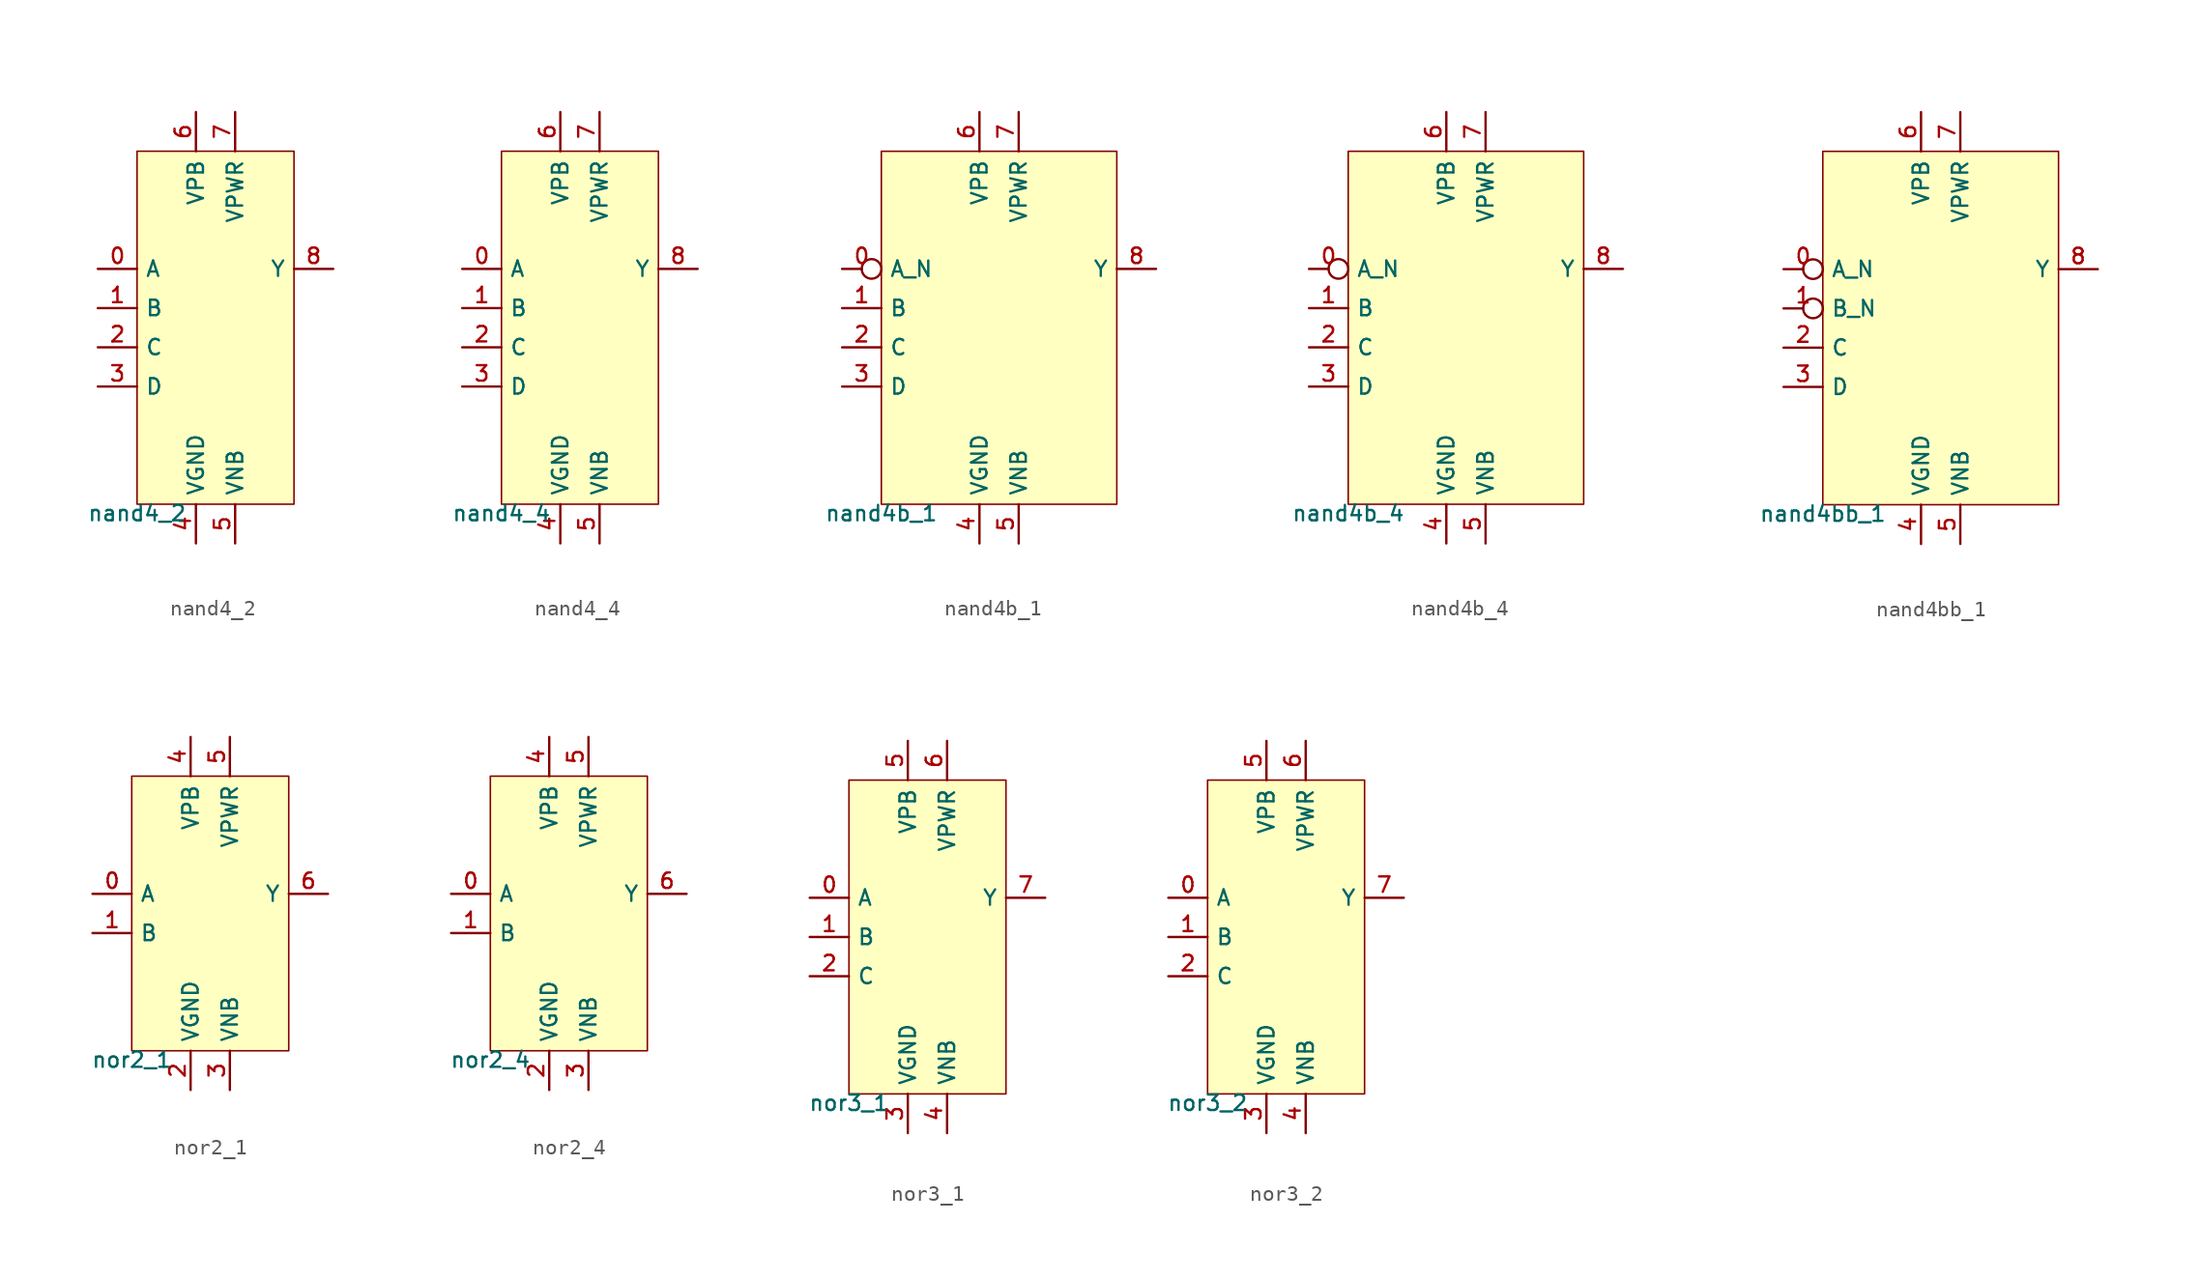
<source format=kicad_sym>
(kicad_symbol_lib
  (version 20211014)
  (generator lef2kicad_sym)
  (symbol "nand4_2"
    (property "Reference" "CELL"
      (at 0 0 0)
      (effects (font (size 1 1)) hide))
    (property "Value" "nand4_2"
      (at -5.08 -11.43 0)
      (effects (font (size 1 1)) (justify top)))
    (rectangle
      (start -5.08 -11.43)
      (end 5.08 11.43)
      (stroke (width 0.1) (type solid) (color 0 0 0 0))
      (fill (type background)))
    (pin input line
      (at -7.62 3.81 0)
      (length 2.54)
      (name "A" (effects (font (size 1 1)) hide))
      (number "0" (effects (font (size 1 1)) hide)))
    (pin input line
      (at -7.62 1.27 0)
      (length 2.54)
      (name "B" (effects (font (size 1 1)) hide))
      (number "1" (effects (font (size 1 1)) hide)))
    (pin input line
      (at -7.62 -1.27 0)
      (length 2.54)
      (name "C" (effects (font (size 1 1)) hide))
      (number "2" (effects (font (size 1 1)) hide)))
    (pin input line
      (at -7.62 -3.81 0)
      (length 2.54)
      (name "D" (effects (font (size 1 1)) hide))
      (number "3" (effects (font (size 1 1)) hide)))
    (pin power_in line
      (at -1.27 -13.97 90)
      (length 2.54)
      (name "VGND" (effects (font (size 1 1)) hide))
      (number "4" (effects (font (size 1 1)) hide)))
    (pin power_in line
      (at 1.27 -13.97 90)
      (length 2.54)
      (name "VNB" (effects (font (size 1 1)) hide))
      (number "5" (effects (font (size 1 1)) hide)))
    (pin power_in line
      (at -1.27 13.97 270)
      (length 2.54)
      (name "VPB" (effects (font (size 1 1)) hide))
      (number "6" (effects (font (size 1 1)) hide)))
    (pin power_in line
      (at 1.27 13.97 270)
      (length 2.54)
      (name "VPWR" (effects (font (size 1 1)) hide))
      (number "7" (effects (font (size 1 1)) hide)))
    (pin output line
      (at 7.62 3.81 180)
      (length 2.54)
      (name "Y" (effects (font (size 1 1)) hide))
      (number "8" (effects (font (size 1 1)) hide))))
  (symbol "nand4_4"
    (property "Reference" "CELL"
      (at 0 0 0)
      (effects (font (size 1 1)) hide))
    (property "Value" "nand4_4"
      (at -5.08 -11.43 0)
      (effects (font (size 1 1)) (justify top)))
    (rectangle
      (start -5.08 -11.43)
      (end 5.08 11.43)
      (stroke (width 0.1) (type solid) (color 0 0 0 0))
      (fill (type background)))
    (pin input line
      (at -7.62 3.81 0)
      (length 2.54)
      (name "A" (effects (font (size 1 1)) hide))
      (number "0" (effects (font (size 1 1)) hide)))
    (pin input line
      (at -7.62 1.27 0)
      (length 2.54)
      (name "B" (effects (font (size 1 1)) hide))
      (number "1" (effects (font (size 1 1)) hide)))
    (pin input line
      (at -7.62 -1.27 0)
      (length 2.54)
      (name "C" (effects (font (size 1 1)) hide))
      (number "2" (effects (font (size 1 1)) hide)))
    (pin input line
      (at -7.62 -3.81 0)
      (length 2.54)
      (name "D" (effects (font (size 1 1)) hide))
      (number "3" (effects (font (size 1 1)) hide)))
    (pin power_in line
      (at -1.27 -13.97 90)
      (length 2.54)
      (name "VGND" (effects (font (size 1 1)) hide))
      (number "4" (effects (font (size 1 1)) hide)))
    (pin power_in line
      (at 1.27 -13.97 90)
      (length 2.54)
      (name "VNB" (effects (font (size 1 1)) hide))
      (number "5" (effects (font (size 1 1)) hide)))
    (pin power_in line
      (at -1.27 13.97 270)
      (length 2.54)
      (name "VPB" (effects (font (size 1 1)) hide))
      (number "6" (effects (font (size 1 1)) hide)))
    (pin power_in line
      (at 1.27 13.97 270)
      (length 2.54)
      (name "VPWR" (effects (font (size 1 1)) hide))
      (number "7" (effects (font (size 1 1)) hide)))
    (pin output line
      (at 7.62 3.81 180)
      (length 2.54)
      (name "Y" (effects (font (size 1 1)) hide))
      (number "8" (effects (font (size 1 1)) hide))))
  (symbol "nand4b_1"
    (property "Reference" "CELL"
      (at 0 0 0)
      (effects (font (size 1 1)) hide))
    (property "Value" "nand4b_1"
      (at -7.62 -11.43 0)
      (effects (font (size 1 1)) (justify top)))
    (rectangle
      (start -7.62 -11.43)
      (end 7.62 11.43)
      (stroke (width 0.1) (type solid) (color 0 0 0 0))
      (fill (type background)))
    (pin input inverted
      (at -10.16 3.81 0)
      (length 2.54)
      (name "A_N" (effects (font (size 1 1)) hide))
      (number "0" (effects (font (size 1 1)) hide)))
    (pin input line
      (at -10.16 1.27 0)
      (length 2.54)
      (name "B" (effects (font (size 1 1)) hide))
      (number "1" (effects (font (size 1 1)) hide)))
    (pin input line
      (at -10.16 -1.27 0)
      (length 2.54)
      (name "C" (effects (font (size 1 1)) hide))
      (number "2" (effects (font (size 1 1)) hide)))
    (pin input line
      (at -10.16 -3.81 0)
      (length 2.54)
      (name "D" (effects (font (size 1 1)) hide))
      (number "3" (effects (font (size 1 1)) hide)))
    (pin power_in line
      (at -1.27 -13.97 90)
      (length 2.54)
      (name "VGND" (effects (font (size 1 1)) hide))
      (number "4" (effects (font (size 1 1)) hide)))
    (pin power_in line
      (at 1.27 -13.97 90)
      (length 2.54)
      (name "VNB" (effects (font (size 1 1)) hide))
      (number "5" (effects (font (size 1 1)) hide)))
    (pin power_in line
      (at -1.27 13.97 270)
      (length 2.54)
      (name "VPB" (effects (font (size 1 1)) hide))
      (number "6" (effects (font (size 1 1)) hide)))
    (pin power_in line
      (at 1.27 13.97 270)
      (length 2.54)
      (name "VPWR" (effects (font (size 1 1)) hide))
      (number "7" (effects (font (size 1 1)) hide)))
    (pin output line
      (at 10.16 3.81 180)
      (length 2.54)
      (name "Y" (effects (font (size 1 1)) hide))
      (number "8" (effects (font (size 1 1)) hide))))
  (symbol "nand4b_4"
    (property "Reference" "CELL"
      (at 0 0 0)
      (effects (font (size 1 1)) hide))
    (property "Value" "nand4b_4"
      (at -7.62 -11.43 0)
      (effects (font (size 1 1)) (justify top)))
    (rectangle
      (start -7.62 -11.43)
      (end 7.62 11.43)
      (stroke (width 0.1) (type solid) (color 0 0 0 0))
      (fill (type background)))
    (pin input inverted
      (at -10.16 3.81 0)
      (length 2.54)
      (name "A_N" (effects (font (size 1 1)) hide))
      (number "0" (effects (font (size 1 1)) hide)))
    (pin input line
      (at -10.16 1.27 0)
      (length 2.54)
      (name "B" (effects (font (size 1 1)) hide))
      (number "1" (effects (font (size 1 1)) hide)))
    (pin input line
      (at -10.16 -1.27 0)
      (length 2.54)
      (name "C" (effects (font (size 1 1)) hide))
      (number "2" (effects (font (size 1 1)) hide)))
    (pin input line
      (at -10.16 -3.81 0)
      (length 2.54)
      (name "D" (effects (font (size 1 1)) hide))
      (number "3" (effects (font (size 1 1)) hide)))
    (pin power_in line
      (at -1.27 -13.97 90)
      (length 2.54)
      (name "VGND" (effects (font (size 1 1)) hide))
      (number "4" (effects (font (size 1 1)) hide)))
    (pin power_in line
      (at 1.27 -13.97 90)
      (length 2.54)
      (name "VNB" (effects (font (size 1 1)) hide))
      (number "5" (effects (font (size 1 1)) hide)))
    (pin power_in line
      (at -1.27 13.97 270)
      (length 2.54)
      (name "VPB" (effects (font (size 1 1)) hide))
      (number "6" (effects (font (size 1 1)) hide)))
    (pin power_in line
      (at 1.27 13.97 270)
      (length 2.54)
      (name "VPWR" (effects (font (size 1 1)) hide))
      (number "7" (effects (font (size 1 1)) hide)))
    (pin output line
      (at 10.16 3.81 180)
      (length 2.54)
      (name "Y" (effects (font (size 1 1)) hide))
      (number "8" (effects (font (size 1 1)) hide))))
  (symbol "nand4bb_1"
    (property "Reference" "CELL"
      (at 0 0 0)
      (effects (font (size 1 1)) hide))
    (property "Value" "nand4bb_1"
      (at -7.62 -11.43 0)
      (effects (font (size 1 1)) (justify top)))
    (rectangle
      (start -7.62 -11.43)
      (end 7.62 11.43)
      (stroke (width 0.1) (type solid) (color 0 0 0 0))
      (fill (type background)))
    (pin input inverted
      (at -10.16 3.81 0)
      (length 2.54)
      (name "A_N" (effects (font (size 1 1)) hide))
      (number "0" (effects (font (size 1 1)) hide)))
    (pin input inverted
      (at -10.16 1.27 0)
      (length 2.54)
      (name "B_N" (effects (font (size 1 1)) hide))
      (number "1" (effects (font (size 1 1)) hide)))
    (pin input line
      (at -10.16 -1.27 0)
      (length 2.54)
      (name "C" (effects (font (size 1 1)) hide))
      (number "2" (effects (font (size 1 1)) hide)))
    (pin input line
      (at -10.16 -3.81 0)
      (length 2.54)
      (name "D" (effects (font (size 1 1)) hide))
      (number "3" (effects (font (size 1 1)) hide)))
    (pin power_in line
      (at -1.27 -13.97 90)
      (length 2.54)
      (name "VGND" (effects (font (size 1 1)) hide))
      (number "4" (effects (font (size 1 1)) hide)))
    (pin power_in line
      (at 1.27 -13.97 90)
      (length 2.54)
      (name "VNB" (effects (font (size 1 1)) hide))
      (number "5" (effects (font (size 1 1)) hide)))
    (pin power_in line
      (at -1.27 13.97 270)
      (length 2.54)
      (name "VPB" (effects (font (size 1 1)) hide))
      (number "6" (effects (font (size 1 1)) hide)))
    (pin power_in line
      (at 1.27 13.97 270)
      (length 2.54)
      (name "VPWR" (effects (font (size 1 1)) hide))
      (number "7" (effects (font (size 1 1)) hide)))
    (pin output line
      (at 10.16 3.81 180)
      (length 2.54)
      (name "Y" (effects (font (size 1 1)) hide))
      (number "8" (effects (font (size 1 1)) hide))))
  (symbol "nor2_1"
    (property "Reference" "CELL"
      (at 0 0 0)
      (effects (font (size 1 1)) hide))
    (property "Value" "nor2_1"
      (at -5.08 -8.89 0)
      (effects (font (size 1 1)) (justify top)))
    (rectangle
      (start -5.08 -8.89)
      (end 5.08 8.89)
      (stroke (width 0.1) (type solid) (color 0 0 0 0))
      (fill (type background)))
    (pin input line
      (at -7.62 1.27 0)
      (length 2.54)
      (name "A" (effects (font (size 1 1)) hide))
      (number "0" (effects (font (size 1 1)) hide)))
    (pin input line
      (at -7.62 -1.27 0)
      (length 2.54)
      (name "B" (effects (font (size 1 1)) hide))
      (number "1" (effects (font (size 1 1)) hide)))
    (pin power_in line
      (at -1.27 -11.43 90)
      (length 2.54)
      (name "VGND" (effects (font (size 1 1)) hide))
      (number "2" (effects (font (size 1 1)) hide)))
    (pin power_in line
      (at 1.27 -11.43 90)
      (length 2.54)
      (name "VNB" (effects (font (size 1 1)) hide))
      (number "3" (effects (font (size 1 1)) hide)))
    (pin power_in line
      (at -1.27 11.43 270)
      (length 2.54)
      (name "VPB" (effects (font (size 1 1)) hide))
      (number "4" (effects (font (size 1 1)) hide)))
    (pin power_in line
      (at 1.27 11.43 270)
      (length 2.54)
      (name "VPWR" (effects (font (size 1 1)) hide))
      (number "5" (effects (font (size 1 1)) hide)))
    (pin output line
      (at 7.62 1.27 180)
      (length 2.54)
      (name "Y" (effects (font (size 1 1)) hide))
      (number "6" (effects (font (size 1 1)) hide))))
  (symbol "nor2_4"
    (property "Reference" "CELL"
      (at 0 0 0)
      (effects (font (size 1 1)) hide))
    (property "Value" "nor2_4"
      (at -5.08 -8.89 0)
      (effects (font (size 1 1)) (justify top)))
    (rectangle
      (start -5.08 -8.89)
      (end 5.08 8.89)
      (stroke (width 0.1) (type solid) (color 0 0 0 0))
      (fill (type background)))
    (pin input line
      (at -7.62 1.27 0)
      (length 2.54)
      (name "A" (effects (font (size 1 1)) hide))
      (number "0" (effects (font (size 1 1)) hide)))
    (pin input line
      (at -7.62 -1.27 0)
      (length 2.54)
      (name "B" (effects (font (size 1 1)) hide))
      (number "1" (effects (font (size 1 1)) hide)))
    (pin power_in line
      (at -1.27 -11.43 90)
      (length 2.54)
      (name "VGND" (effects (font (size 1 1)) hide))
      (number "2" (effects (font (size 1 1)) hide)))
    (pin power_in line
      (at 1.27 -11.43 90)
      (length 2.54)
      (name "VNB" (effects (font (size 1 1)) hide))
      (number "3" (effects (font (size 1 1)) hide)))
    (pin power_in line
      (at -1.27 11.43 270)
      (length 2.54)
      (name "VPB" (effects (font (size 1 1)) hide))
      (number "4" (effects (font (size 1 1)) hide)))
    (pin power_in line
      (at 1.27 11.43 270)
      (length 2.54)
      (name "VPWR" (effects (font (size 1 1)) hide))
      (number "5" (effects (font (size 1 1)) hide)))
    (pin output line
      (at 7.62 1.27 180)
      (length 2.54)
      (name "Y" (effects (font (size 1 1)) hide))
      (number "6" (effects (font (size 1 1)) hide))))
  (symbol "nor3_1"
    (property "Reference" "CELL"
      (at 0 0 0)
      (effects (font (size 1 1)) hide))
    (property "Value" "nor3_1"
      (at -5.08 -10.16 0)
      (effects (font (size 1 1)) (justify top)))
    (rectangle
      (start -5.08 -10.16)
      (end 5.08 10.16)
      (stroke (width 0.1) (type solid) (color 0 0 0 0))
      (fill (type background)))
    (pin input line
      (at -7.62 2.54 0)
      (length 2.54)
      (name "A" (effects (font (size 1 1)) hide))
      (number "0" (effects (font (size 1 1)) hide)))
    (pin input line
      (at -7.62 0.0 0)
      (length 2.54)
      (name "B" (effects (font (size 1 1)) hide))
      (number "1" (effects (font (size 1 1)) hide)))
    (pin input line
      (at -7.62 -2.54 0)
      (length 2.54)
      (name "C" (effects (font (size 1 1)) hide))
      (number "2" (effects (font (size 1 1)) hide)))
    (pin power_in line
      (at -1.27 -12.7 90)
      (length 2.54)
      (name "VGND" (effects (font (size 1 1)) hide))
      (number "3" (effects (font (size 1 1)) hide)))
    (pin power_in line
      (at 1.27 -12.7 90)
      (length 2.54)
      (name "VNB" (effects (font (size 1 1)) hide))
      (number "4" (effects (font (size 1 1)) hide)))
    (pin power_in line
      (at -1.27 12.7 270)
      (length 2.54)
      (name "VPB" (effects (font (size 1 1)) hide))
      (number "5" (effects (font (size 1 1)) hide)))
    (pin power_in line
      (at 1.27 12.7 270)
      (length 2.54)
      (name "VPWR" (effects (font (size 1 1)) hide))
      (number "6" (effects (font (size 1 1)) hide)))
    (pin output line
      (at 7.62 2.54 180)
      (length 2.54)
      (name "Y" (effects (font (size 1 1)) hide))
      (number "7" (effects (font (size 1 1)) hide))))
  (symbol "nor3_2"
    (property "Reference" "CELL"
      (at 0 0 0)
      (effects (font (size 1 1)) hide))
    (property "Value" "nor3_2"
      (at -5.08 -10.16 0)
      (effects (font (size 1 1)) (justify top)))
    (rectangle
      (start -5.08 -10.16)
      (end 5.08 10.16)
      (stroke (width 0.1) (type solid) (color 0 0 0 0))
      (fill (type background)))
    (pin input line
      (at -7.62 2.54 0)
      (length 2.54)
      (name "A" (effects (font (size 1 1)) hide))
      (number "0" (effects (font (size 1 1)) hide)))
    (pin input line
      (at -7.62 0.0 0)
      (length 2.54)
      (name "B" (effects (font (size 1 1)) hide))
      (number "1" (effects (font (size 1 1)) hide)))
    (pin input line
      (at -7.62 -2.54 0)
      (length 2.54)
      (name "C" (effects (font (size 1 1)) hide))
      (number "2" (effects (font (size 1 1)) hide)))
    (pin power_in line
      (at -1.27 -12.7 90)
      (length 2.54)
      (name "VGND" (effects (font (size 1 1)) hide))
      (number "3" (effects (font (size 1 1)) hide)))
    (pin power_in line
      (at 1.27 -12.7 90)
      (length 2.54)
      (name "VNB" (effects (font (size 1 1)) hide))
      (number "4" (effects (font (size 1 1)) hide)))
    (pin power_in line
      (at -1.27 12.7 270)
      (length 2.54)
      (name "VPB" (effects (font (size 1 1)) hide))
      (number "5" (effects (font (size 1 1)) hide)))
    (pin power_in line
      (at 1.27 12.7 270)
      (length 2.54)
      (name "VPWR" (effects (font (size 1 1)) hide))
      (number "6" (effects (font (size 1 1)) hide)))
    (pin output line
      (at 7.62 2.54 180)
      (length 2.54)
      (name "Y" (effects (font (size 1 1)) hide))
      (number "7" (effects (font (size 1 1)) hide)))))
</source>
